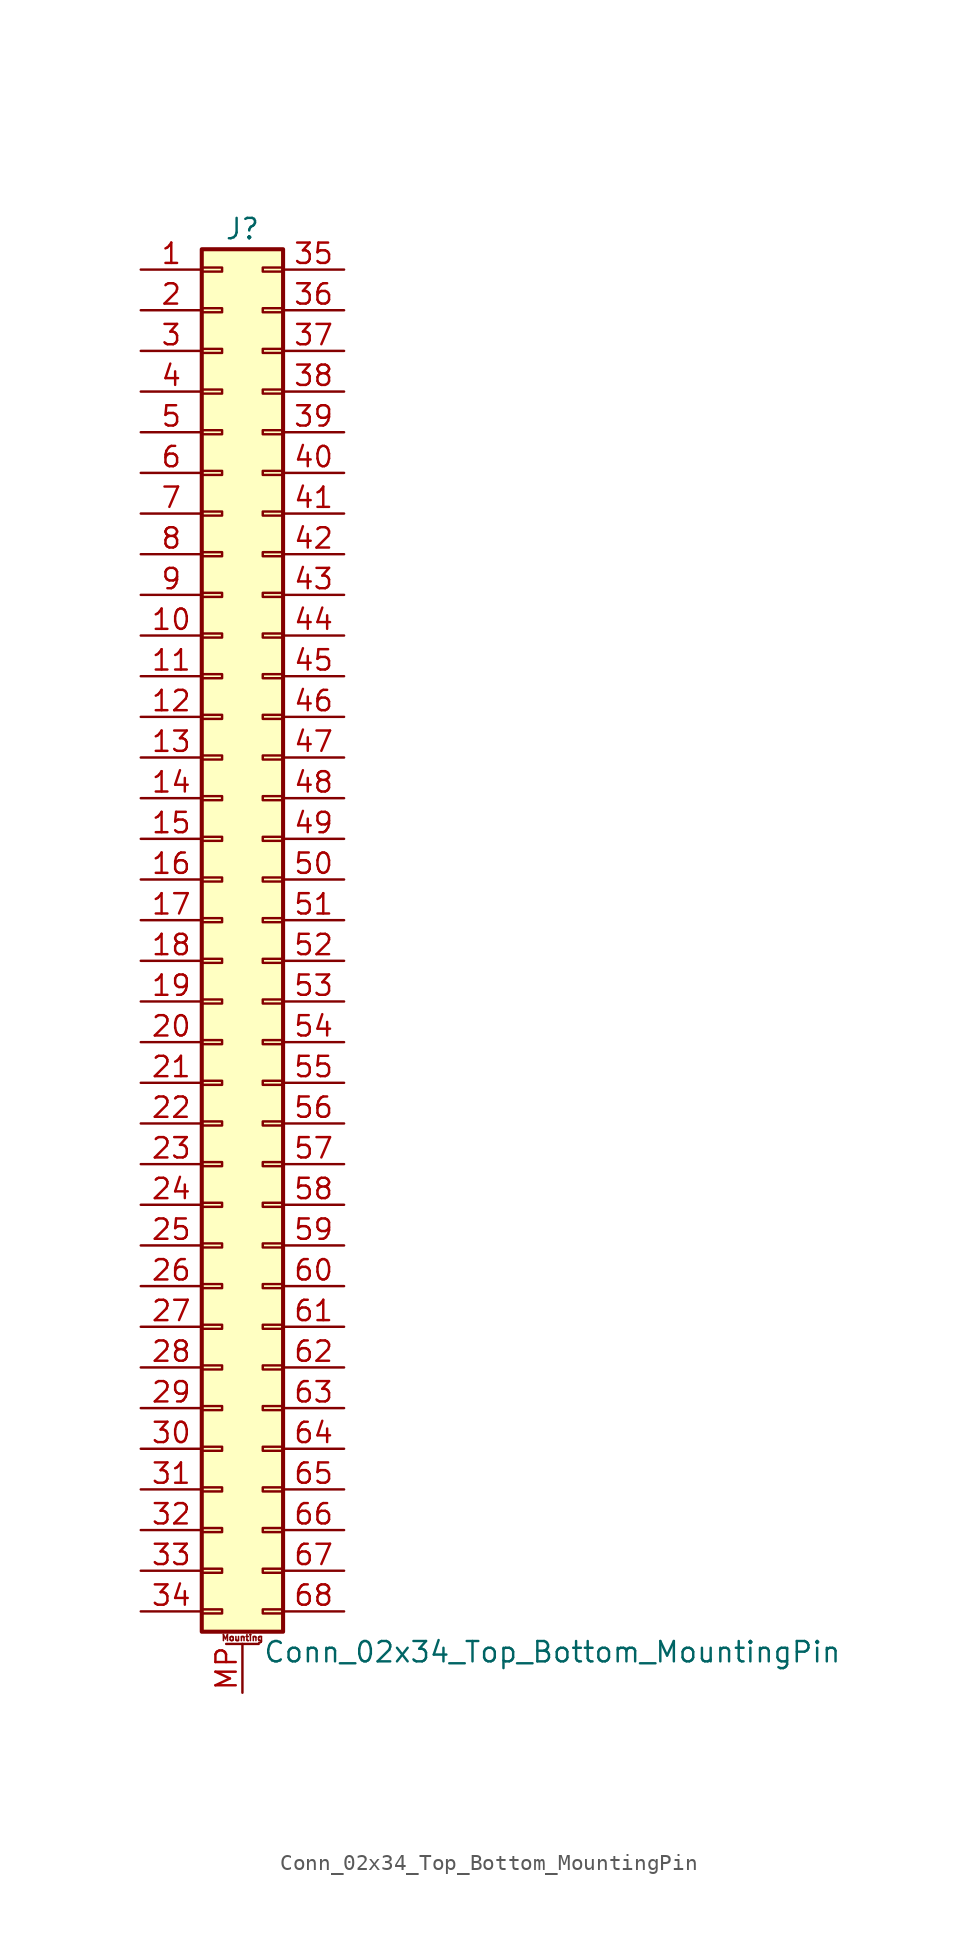
<source format=kicad_sym>
(kicad_symbol_lib
  (version 20211014)
  (generator kicad_symbol_editor)
  (symbol "Conn_02x34_Top_Bottom_MountingPin"
    (pin_names
      (offset 1.016) hide)
    (property "Reference" "J"
      (at 1.27 43.18 0)
      (effects (font (size 1.27 1.27))))
    (property "Value" "Conn_02x34_Top_Bottom_MountingPin"
      (at 2.54 -45.72 0)
      (effects (font (size 1.27 1.27)) (justify left)))
    (symbol "Conn_02x34_Top_Bottom_MountingPin_1_1"
      (rectangle (start -1.27 -43.053) (end 0 -43.307) (stroke (width 0.152) (type default) (color 0 0 0 0)) (fill (type none)))
      (rectangle (start -1.27 -40.513) (end 0 -40.767) (stroke (width 0.152) (type default) (color 0 0 0 0)) (fill (type none)))
      (rectangle (start -1.27 -37.973) (end 0 -38.227) (stroke (width 0.152) (type default) (color 0 0 0 0)) (fill (type none)))
      (rectangle (start -1.27 -35.433) (end 0 -35.687) (stroke (width 0.152) (type default) (color 0 0 0 0)) (fill (type none)))
      (rectangle (start -1.27 -32.893) (end 0 -33.147) (stroke (width 0.152) (type default) (color 0 0 0 0)) (fill (type none)))
      (rectangle (start -1.27 -30.353) (end 0 -30.607) (stroke (width 0.152) (type default) (color 0 0 0 0)) (fill (type none)))
      (rectangle (start -1.27 -27.813) (end 0 -28.067) (stroke (width 0.152) (type default) (color 0 0 0 0)) (fill (type none)))
      (rectangle (start -1.27 -25.273) (end 0 -25.527) (stroke (width 0.152) (type default) (color 0 0 0 0)) (fill (type none)))
      (rectangle (start -1.27 -22.733) (end 0 -22.987) (stroke (width 0.152) (type default) (color 0 0 0 0)) (fill (type none)))
      (rectangle (start -1.27 -20.193) (end 0 -20.447) (stroke (width 0.152) (type default) (color 0 0 0 0)) (fill (type none)))
      (rectangle (start -1.27 -17.653) (end 0 -17.907) (stroke (width 0.152) (type default) (color 0 0 0 0)) (fill (type none)))
      (rectangle (start -1.27 -15.113) (end 0 -15.367) (stroke (width 0.152) (type default) (color 0 0 0 0)) (fill (type none)))
      (rectangle (start -1.27 -12.573) (end 0 -12.827) (stroke (width 0.152) (type default) (color 0 0 0 0)) (fill (type none)))
      (rectangle (start -1.27 -10.033) (end 0 -10.287) (stroke (width 0.152) (type default) (color 0 0 0 0)) (fill (type none)))
      (rectangle (start -1.27 -7.493) (end 0 -7.747) (stroke (width 0.152) (type default) (color 0 0 0 0)) (fill (type none)))
      (rectangle (start -1.27 -4.953) (end 0 -5.207) (stroke (width 0.152) (type default) (color 0 0 0 0)) (fill (type none)))
      (rectangle (start -1.27 -2.413) (end 0 -2.667) (stroke (width 0.152) (type default) (color 0 0 0 0)) (fill (type none)))
      (rectangle (start -1.27 0.127) (end 0 -0.127) (stroke (width 0.152) (type default) (color 0 0 0 0)) (fill (type none)))
      (rectangle (start -1.27 2.667) (end 0 2.413) (stroke (width 0.152) (type default) (color 0 0 0 0)) (fill (type none)))
      (rectangle (start -1.27 5.207) (end 0 4.953) (stroke (width 0.152) (type default) (color 0 0 0 0)) (fill (type none)))
      (rectangle (start -1.27 7.747) (end 0 7.493) (stroke (width 0.152) (type default) (color 0 0 0 0)) (fill (type none)))
      (rectangle (start -1.27 10.287) (end 0 10.033) (stroke (width 0.152) (type default) (color 0 0 0 0)) (fill (type none)))
      (rectangle (start -1.27 12.827) (end 0 12.573) (stroke (width 0.152) (type default) (color 0 0 0 0)) (fill (type none)))
      (rectangle (start -1.27 15.367) (end 0 15.113) (stroke (width 0.152) (type default) (color 0 0 0 0)) (fill (type none)))
      (rectangle (start -1.27 17.907) (end 0 17.653) (stroke (width 0.152) (type default) (color 0 0 0 0)) (fill (type none)))
      (rectangle (start -1.27 20.447) (end 0 20.193) (stroke (width 0.152) (type default) (color 0 0 0 0)) (fill (type none)))
      (rectangle (start -1.27 22.987) (end 0 22.733) (stroke (width 0.152) (type default) (color 0 0 0 0)) (fill (type none)))
      (rectangle (start -1.27 25.527) (end 0 25.273) (stroke (width 0.152) (type default) (color 0 0 0 0)) (fill (type none)))
      (rectangle (start -1.27 28.067) (end 0 27.813) (stroke (width 0.152) (type default) (color 0 0 0 0)) (fill (type none)))
      (rectangle (start -1.27 30.607) (end 0 30.353) (stroke (width 0.152) (type default) (color 0 0 0 0)) (fill (type none)))
      (rectangle (start -1.27 33.147) (end 0 32.893) (stroke (width 0.152) (type default) (color 0 0 0 0)) (fill (type none)))
      (rectangle (start -1.27 35.687) (end 0 35.433) (stroke (width 0.152) (type default) (color 0 0 0 0)) (fill (type none)))
      (rectangle (start -1.27 38.227) (end 0 37.973) (stroke (width 0.152) (type default) (color 0 0 0 0)) (fill (type none)))
      (rectangle (start -1.27 40.767) (end 0 40.513) (stroke (width 0.152) (type default) (color 0 0 0 0)) (fill (type none)))
      (rectangle (start -1.27 41.91) (end 3.81 -44.45) (stroke (width 0.254) (type default) (color 0 0 0 0)) (fill (type background)))
      (polyline (pts (xy 0.254 -45.212) (xy 2.286 -45.212)) (stroke (width 0.152) (type default) (color 0 0 0 0)) (fill (type none)))
      (rectangle (start 3.81 -43.053) (end 2.54 -43.307) (stroke (width 0.152) (type default) (color 0 0 0 0)) (fill (type none)))
      (rectangle (start 3.81 -40.513) (end 2.54 -40.767) (stroke (width 0.152) (type default) (color 0 0 0 0)) (fill (type none)))
      (rectangle (start 3.81 -37.973) (end 2.54 -38.227) (stroke (width 0.152) (type default) (color 0 0 0 0)) (fill (type none)))
      (rectangle (start 3.81 -35.433) (end 2.54 -35.687) (stroke (width 0.152) (type default) (color 0 0 0 0)) (fill (type none)))
      (rectangle (start 3.81 -32.893) (end 2.54 -33.147) (stroke (width 0.152) (type default) (color 0 0 0 0)) (fill (type none)))
      (rectangle (start 3.81 -30.353) (end 2.54 -30.607) (stroke (width 0.152) (type default) (color 0 0 0 0)) (fill (type none)))
      (rectangle (start 3.81 -27.813) (end 2.54 -28.067) (stroke (width 0.152) (type default) (color 0 0 0 0)) (fill (type none)))
      (rectangle (start 3.81 -25.273) (end 2.54 -25.527) (stroke (width 0.152) (type default) (color 0 0 0 0)) (fill (type none)))
      (rectangle (start 3.81 -22.733) (end 2.54 -22.987) (stroke (width 0.152) (type default) (color 0 0 0 0)) (fill (type none)))
      (rectangle (start 3.81 -20.193) (end 2.54 -20.447) (stroke (width 0.152) (type default) (color 0 0 0 0)) (fill (type none)))
      (rectangle (start 3.81 -17.653) (end 2.54 -17.907) (stroke (width 0.152) (type default) (color 0 0 0 0)) (fill (type none)))
      (rectangle (start 3.81 -15.113) (end 2.54 -15.367) (stroke (width 0.152) (type default) (color 0 0 0 0)) (fill (type none)))
      (rectangle (start 3.81 -12.573) (end 2.54 -12.827) (stroke (width 0.152) (type default) (color 0 0 0 0)) (fill (type none)))
      (rectangle (start 3.81 -10.033) (end 2.54 -10.287) (stroke (width 0.152) (type default) (color 0 0 0 0)) (fill (type none)))
      (rectangle (start 3.81 -7.493) (end 2.54 -7.747) (stroke (width 0.152) (type default) (color 0 0 0 0)) (fill (type none)))
      (rectangle (start 3.81 -4.953) (end 2.54 -5.207) (stroke (width 0.152) (type default) (color 0 0 0 0)) (fill (type none)))
      (rectangle (start 3.81 -2.413) (end 2.54 -2.667) (stroke (width 0.152) (type default) (color 0 0 0 0)) (fill (type none)))
      (rectangle (start 3.81 0.127) (end 2.54 -0.127) (stroke (width 0.152) (type default) (color 0 0 0 0)) (fill (type none)))
      (rectangle (start 3.81 2.667) (end 2.54 2.413) (stroke (width 0.152) (type default) (color 0 0 0 0)) (fill (type none)))
      (rectangle (start 3.81 5.207) (end 2.54 4.953) (stroke (width 0.152) (type default) (color 0 0 0 0)) (fill (type none)))
      (rectangle (start 3.81 7.747) (end 2.54 7.493) (stroke (width 0.152) (type default) (color 0 0 0 0)) (fill (type none)))
      (rectangle (start 3.81 10.287) (end 2.54 10.033) (stroke (width 0.152) (type default) (color 0 0 0 0)) (fill (type none)))
      (rectangle (start 3.81 12.827) (end 2.54 12.573) (stroke (width 0.152) (type default) (color 0 0 0 0)) (fill (type none)))
      (rectangle (start 3.81 15.367) (end 2.54 15.113) (stroke (width 0.152) (type default) (color 0 0 0 0)) (fill (type none)))
      (rectangle (start 3.81 17.907) (end 2.54 17.653) (stroke (width 0.152) (type default) (color 0 0 0 0)) (fill (type none)))
      (rectangle (start 3.81 20.447) (end 2.54 20.193) (stroke (width 0.152) (type default) (color 0 0 0 0)) (fill (type none)))
      (rectangle (start 3.81 22.987) (end 2.54 22.733) (stroke (width 0.152) (type default) (color 0 0 0 0)) (fill (type none)))
      (rectangle (start 3.81 25.527) (end 2.54 25.273) (stroke (width 0.152) (type default) (color 0 0 0 0)) (fill (type none)))
      (rectangle (start 3.81 28.067) (end 2.54 27.813) (stroke (width 0.152) (type default) (color 0 0 0 0)) (fill (type none)))
      (rectangle (start 3.81 30.607) (end 2.54 30.353) (stroke (width 0.152) (type default) (color 0 0 0 0)) (fill (type none)))
      (rectangle (start 3.81 33.147) (end 2.54 32.893) (stroke (width 0.152) (type default) (color 0 0 0 0)) (fill (type none)))
      (rectangle (start 3.81 35.687) (end 2.54 35.433) (stroke (width 0.152) (type default) (color 0 0 0 0)) (fill (type none)))
      (rectangle (start 3.81 38.227) (end 2.54 37.973) (stroke (width 0.152) (type default) (color 0 0 0 0)) (fill (type none)))
      (rectangle (start 3.81 40.767) (end 2.54 40.513) (stroke (width 0.152) (type default) (color 0 0 0 0)) (fill (type none)))
      (text "Mounting" (at 1.27 -44.831 0) (effects (font (size 0.381 0.381))))
      (pin passive line (at -5.08 40.64 0) (length 3.81) (name "Pin_1" (effects (font (size 1.27 1.27)))) (number "1" (effects (font (size 1.27 1.27)))))
      (pin passive line (at -5.08 17.78 0) (length 3.81) (name "Pin_10" (effects (font (size 1.27 1.27)))) (number "10" (effects (font (size 1.27 1.27)))))
      (pin passive line (at -5.08 15.24 0) (length 3.81) (name "Pin_11" (effects (font (size 1.27 1.27)))) (number "11" (effects (font (size 1.27 1.27)))))
      (pin passive line (at -5.08 12.7 0) (length 3.81) (name "Pin_12" (effects (font (size 1.27 1.27)))) (number "12" (effects (font (size 1.27 1.27)))))
      (pin passive line (at -5.08 10.16 0) (length 3.81) (name "Pin_13" (effects (font (size 1.27 1.27)))) (number "13" (effects (font (size 1.27 1.27)))))
      (pin passive line (at -5.08 7.62 0) (length 3.81) (name "Pin_14" (effects (font (size 1.27 1.27)))) (number "14" (effects (font (size 1.27 1.27)))))
      (pin passive line (at -5.08 5.08 0) (length 3.81) (name "Pin_15" (effects (font (size 1.27 1.27)))) (number "15" (effects (font (size 1.27 1.27)))))
      (pin passive line (at -5.08 2.54 0) (length 3.81) (name "Pin_16" (effects (font (size 1.27 1.27)))) (number "16" (effects (font (size 1.27 1.27)))))
      (pin passive line (at -5.08 0 0) (length 3.81) (name "Pin_17" (effects (font (size 1.27 1.27)))) (number "17" (effects (font (size 1.27 1.27)))))
      (pin passive line (at -5.08 -2.54 0) (length 3.81) (name "Pin_18" (effects (font (size 1.27 1.27)))) (number "18" (effects (font (size 1.27 1.27)))))
      (pin passive line (at -5.08 -5.08 0) (length 3.81) (name "Pin_19" (effects (font (size 1.27 1.27)))) (number "19" (effects (font (size 1.27 1.27)))))
      (pin passive line (at -5.08 38.1 0) (length 3.81) (name "Pin_2" (effects (font (size 1.27 1.27)))) (number "2" (effects (font (size 1.27 1.27)))))
      (pin passive line (at -5.08 -7.62 0) (length 3.81) (name "Pin_20" (effects (font (size 1.27 1.27)))) (number "20" (effects (font (size 1.27 1.27)))))
      (pin passive line (at -5.08 -10.16 0) (length 3.81) (name "Pin_21" (effects (font (size 1.27 1.27)))) (number "21" (effects (font (size 1.27 1.27)))))
      (pin passive line (at -5.08 -12.7 0) (length 3.81) (name "Pin_22" (effects (font (size 1.27 1.27)))) (number "22" (effects (font (size 1.27 1.27)))))
      (pin passive line (at -5.08 -15.24 0) (length 3.81) (name "Pin_23" (effects (font (size 1.27 1.27)))) (number "23" (effects (font (size 1.27 1.27)))))
      (pin passive line (at -5.08 -17.78 0) (length 3.81) (name "Pin_24" (effects (font (size 1.27 1.27)))) (number "24" (effects (font (size 1.27 1.27)))))
      (pin passive line (at -5.08 -20.32 0) (length 3.81) (name "Pin_25" (effects (font (size 1.27 1.27)))) (number "25" (effects (font (size 1.27 1.27)))))
      (pin passive line (at -5.08 -22.86 0) (length 3.81) (name "Pin_26" (effects (font (size 1.27 1.27)))) (number "26" (effects (font (size 1.27 1.27)))))
      (pin passive line (at -5.08 -25.4 0) (length 3.81) (name "Pin_27" (effects (font (size 1.27 1.27)))) (number "27" (effects (font (size 1.27 1.27)))))
      (pin passive line (at -5.08 -27.94 0) (length 3.81) (name "Pin_28" (effects (font (size 1.27 1.27)))) (number "28" (effects (font (size 1.27 1.27)))))
      (pin passive line (at -5.08 -30.48 0) (length 3.81) (name "Pin_29" (effects (font (size 1.27 1.27)))) (number "29" (effects (font (size 1.27 1.27)))))
      (pin passive line (at -5.08 35.56 0) (length 3.81) (name "Pin_3" (effects (font (size 1.27 1.27)))) (number "3" (effects (font (size 1.27 1.27)))))
      (pin passive line (at -5.08 -33.02 0) (length 3.81) (name "Pin_30" (effects (font (size 1.27 1.27)))) (number "30" (effects (font (size 1.27 1.27)))))
      (pin passive line (at -5.08 -35.56 0) (length 3.81) (name "Pin_31" (effects (font (size 1.27 1.27)))) (number "31" (effects (font (size 1.27 1.27)))))
      (pin passive line (at -5.08 -38.1 0) (length 3.81) (name "Pin_32" (effects (font (size 1.27 1.27)))) (number "32" (effects (font (size 1.27 1.27)))))
      (pin passive line (at -5.08 -40.64 0) (length 3.81) (name "Pin_33" (effects (font (size 1.27 1.27)))) (number "33" (effects (font (size 1.27 1.27)))))
      (pin passive line (at -5.08 -43.18 0) (length 3.81) (name "Pin_34" (effects (font (size 1.27 1.27)))) (number "34" (effects (font (size 1.27 1.27)))))
      (pin passive line (at 7.62 40.64 180) (length 3.81) (name "Pin_35" (effects (font (size 1.27 1.27)))) (number "35" (effects (font (size 1.27 1.27)))))
      (pin passive line (at 7.62 38.1 180) (length 3.81) (name "Pin_36" (effects (font (size 1.27 1.27)))) (number "36" (effects (font (size 1.27 1.27)))))
      (pin passive line (at 7.62 35.56 180) (length 3.81) (name "Pin_37" (effects (font (size 1.27 1.27)))) (number "37" (effects (font (size 1.27 1.27)))))
      (pin passive line (at 7.62 33.02 180) (length 3.81) (name "Pin_38" (effects (font (size 1.27 1.27)))) (number "38" (effects (font (size 1.27 1.27)))))
      (pin passive line (at 7.62 30.48 180) (length 3.81) (name "Pin_39" (effects (font (size 1.27 1.27)))) (number "39" (effects (font (size 1.27 1.27)))))
      (pin passive line (at -5.08 33.02 0) (length 3.81) (name "Pin_4" (effects (font (size 1.27 1.27)))) (number "4" (effects (font (size 1.27 1.27)))))
      (pin passive line (at 7.62 27.94 180) (length 3.81) (name "Pin_40" (effects (font (size 1.27 1.27)))) (number "40" (effects (font (size 1.27 1.27)))))
      (pin passive line (at 7.62 25.4 180) (length 3.81) (name "Pin_41" (effects (font (size 1.27 1.27)))) (number "41" (effects (font (size 1.27 1.27)))))
      (pin passive line (at 7.62 22.86 180) (length 3.81) (name "Pin_42" (effects (font (size 1.27 1.27)))) (number "42" (effects (font (size 1.27 1.27)))))
      (pin passive line (at 7.62 20.32 180) (length 3.81) (name "Pin_43" (effects (font (size 1.27 1.27)))) (number "43" (effects (font (size 1.27 1.27)))))
      (pin passive line (at 7.62 17.78 180) (length 3.81) (name "Pin_44" (effects (font (size 1.27 1.27)))) (number "44" (effects (font (size 1.27 1.27)))))
      (pin passive line (at 7.62 15.24 180) (length 3.81) (name "Pin_45" (effects (font (size 1.27 1.27)))) (number "45" (effects (font (size 1.27 1.27)))))
      (pin passive line (at 7.62 12.7 180) (length 3.81) (name "Pin_46" (effects (font (size 1.27 1.27)))) (number "46" (effects (font (size 1.27 1.27)))))
      (pin passive line (at 7.62 10.16 180) (length 3.81) (name "Pin_47" (effects (font (size 1.27 1.27)))) (number "47" (effects (font (size 1.27 1.27)))))
      (pin passive line (at 7.62 7.62 180) (length 3.81) (name "Pin_48" (effects (font (size 1.27 1.27)))) (number "48" (effects (font (size 1.27 1.27)))))
      (pin passive line (at 7.62 5.08 180) (length 3.81) (name "Pin_49" (effects (font (size 1.27 1.27)))) (number "49" (effects (font (size 1.27 1.27)))))
      (pin passive line (at -5.08 30.48 0) (length 3.81) (name "Pin_5" (effects (font (size 1.27 1.27)))) (number "5" (effects (font (size 1.27 1.27)))))
      (pin passive line (at 7.62 2.54 180) (length 3.81) (name "Pin_50" (effects (font (size 1.27 1.27)))) (number "50" (effects (font (size 1.27 1.27)))))
      (pin passive line (at 7.62 0 180) (length 3.81) (name "Pin_51" (effects (font (size 1.27 1.27)))) (number "51" (effects (font (size 1.27 1.27)))))
      (pin passive line (at 7.62 -2.54 180) (length 3.81) (name "Pin_52" (effects (font (size 1.27 1.27)))) (number "52" (effects (font (size 1.27 1.27)))))
      (pin passive line (at 7.62 -5.08 180) (length 3.81) (name "Pin_53" (effects (font (size 1.27 1.27)))) (number "53" (effects (font (size 1.27 1.27)))))
      (pin passive line (at 7.62 -7.62 180) (length 3.81) (name "Pin_54" (effects (font (size 1.27 1.27)))) (number "54" (effects (font (size 1.27 1.27)))))
      (pin passive line (at 7.62 -10.16 180) (length 3.81) (name "Pin_55" (effects (font (size 1.27 1.27)))) (number "55" (effects (font (size 1.27 1.27)))))
      (pin passive line (at 7.62 -12.7 180) (length 3.81) (name "Pin_56" (effects (font (size 1.27 1.27)))) (number "56" (effects (font (size 1.27 1.27)))))
      (pin passive line (at 7.62 -15.24 180) (length 3.81) (name "Pin_57" (effects (font (size 1.27 1.27)))) (number "57" (effects (font (size 1.27 1.27)))))
      (pin passive line (at 7.62 -17.78 180) (length 3.81) (name "Pin_58" (effects (font (size 1.27 1.27)))) (number "58" (effects (font (size 1.27 1.27)))))
      (pin passive line (at 7.62 -20.32 180) (length 3.81) (name "Pin_59" (effects (font (size 1.27 1.27)))) (number "59" (effects (font (size 1.27 1.27)))))
      (pin passive line (at -5.08 27.94 0) (length 3.81) (name "Pin_6" (effects (font (size 1.27 1.27)))) (number "6" (effects (font (size 1.27 1.27)))))
      (pin passive line (at 7.62 -22.86 180) (length 3.81) (name "Pin_60" (effects (font (size 1.27 1.27)))) (number "60" (effects (font (size 1.27 1.27)))))
      (pin passive line (at 7.62 -25.4 180) (length 3.81) (name "Pin_61" (effects (font (size 1.27 1.27)))) (number "61" (effects (font (size 1.27 1.27)))))
      (pin passive line (at 7.62 -27.94 180) (length 3.81) (name "Pin_62" (effects (font (size 1.27 1.27)))) (number "62" (effects (font (size 1.27 1.27)))))
      (pin passive line (at 7.62 -30.48 180) (length 3.81) (name "Pin_63" (effects (font (size 1.27 1.27)))) (number "63" (effects (font (size 1.27 1.27)))))
      (pin passive line (at 7.62 -33.02 180) (length 3.81) (name "Pin_64" (effects (font (size 1.27 1.27)))) (number "64" (effects (font (size 1.27 1.27)))))
      (pin passive line (at 7.62 -35.56 180) (length 3.81) (name "Pin_65" (effects (font (size 1.27 1.27)))) (number "65" (effects (font (size 1.27 1.27)))))
      (pin passive line (at 7.62 -38.1 180) (length 3.81) (name "Pin_66" (effects (font (size 1.27 1.27)))) (number "66" (effects (font (size 1.27 1.27)))))
      (pin passive line (at 7.62 -40.64 180) (length 3.81) (name "Pin_67" (effects (font (size 1.27 1.27)))) (number "67" (effects (font (size 1.27 1.27)))))
      (pin passive line (at 7.62 -43.18 180) (length 3.81) (name "Pin_68" (effects (font (size 1.27 1.27)))) (number "68" (effects (font (size 1.27 1.27)))))
      (pin passive line (at -5.08 25.4 0) (length 3.81) (name "Pin_7" (effects (font (size 1.27 1.27)))) (number "7" (effects (font (size 1.27 1.27)))))
      (pin passive line (at -5.08 22.86 0) (length 3.81) (name "Pin_8" (effects (font (size 1.27 1.27)))) (number "8" (effects (font (size 1.27 1.27)))))
      (pin passive line (at -5.08 20.32 0) (length 3.81) (name "Pin_9" (effects (font (size 1.27 1.27)))) (number "9" (effects (font (size 1.27 1.27)))))
      (pin passive line (at 1.27 -48.26 90) (length 3.048) (name "MountPin" (effects (font (size 1.27 1.27)))) (number "MP" (effects (font (size 1.27 1.27))))))))
</source>
